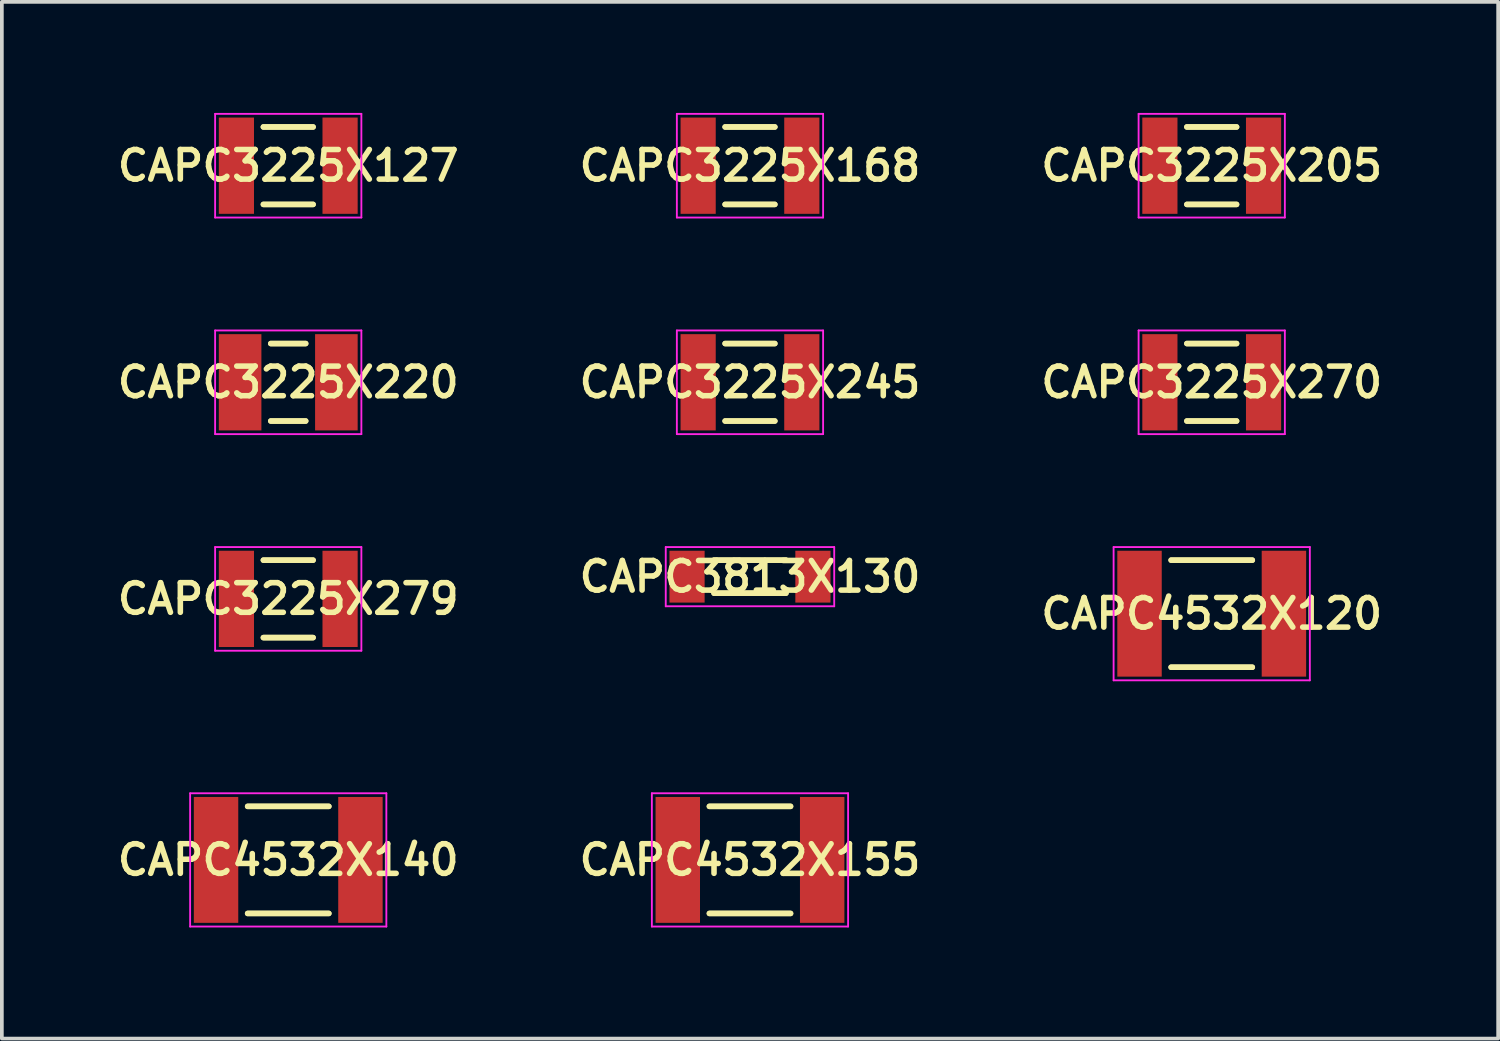
<source format=kicad_pcb>
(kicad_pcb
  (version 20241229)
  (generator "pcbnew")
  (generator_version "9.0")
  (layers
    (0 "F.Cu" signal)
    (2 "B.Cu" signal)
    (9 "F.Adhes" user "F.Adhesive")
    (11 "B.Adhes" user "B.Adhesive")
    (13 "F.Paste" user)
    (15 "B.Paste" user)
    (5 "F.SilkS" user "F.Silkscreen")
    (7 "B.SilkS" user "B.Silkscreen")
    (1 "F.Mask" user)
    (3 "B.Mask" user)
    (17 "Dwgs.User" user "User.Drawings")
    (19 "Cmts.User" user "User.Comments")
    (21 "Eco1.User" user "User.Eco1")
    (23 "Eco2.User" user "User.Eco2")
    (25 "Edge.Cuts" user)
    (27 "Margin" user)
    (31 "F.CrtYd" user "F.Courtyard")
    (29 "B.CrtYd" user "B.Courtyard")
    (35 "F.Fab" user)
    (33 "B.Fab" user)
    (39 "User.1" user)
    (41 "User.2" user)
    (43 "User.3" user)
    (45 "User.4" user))
  (footprint "CAPC3225X270"
    (layer "F.Cu")
    (at 29.677 7.275)
    (property "Reference" "CAPC3225X270" (at 0 0 0) (layer "F.SilkS") (effects (font (size 0.8 0.8) (thickness 0.15))))
    (attr smd)
    (fp_line (start -0.671 -1.046) (end 0.671 -1.046) (stroke (width 0.15) (type solid)) (layer "F.SilkS"))
    (fp_line (start -0.671 1.046) (end 0.671 1.046) (stroke (width 0.15) (type solid)) (layer "F.SilkS"))
    (fp_line (start 0.671 -1.046) (end -0.671 -1.046) (stroke (width 0.15) (type solid)) (layer "F.SilkS"))
    (fp_line (start 0.671 1.046) (end -0.671 1.046) (stroke (width 0.15) (type solid)) (layer "F.SilkS"))
    (fp_line (start -1.975 -1.4) (end 1.975 -1.4) (stroke (width 0.05) (type solid)) (layer "F.CrtYd"))
    (fp_line (start -1.975 1.4) (end -1.975 -1.4) (stroke (width 0.05) (type solid)) (layer "F.CrtYd"))
    (fp_line (start 1.975 -1.4) (end 1.975 1.4) (stroke (width 0.05) (type solid)) (layer "F.CrtYd"))
    (fp_line (start 1.975 1.4) (end -1.975 1.4) (stroke (width 0.05) (type solid)) (layer "F.CrtYd"))
    (pad "1" smd rect (at -1.4 0) (size 0.95 2.6) (layers "F.Cu" "F.Mask" "F.Paste"))
    (pad "2" smd rect (at 1.4 0) (size 0.95 2.6) (layers "F.Cu" "F.Mask" "F.Paste")))
  (footprint "CAPC4532X120"
    (layer "F.Cu")
    (at 29.677 13.525)
    (property "Reference" "CAPC4532X120" (at 0 0 0) (layer "F.SilkS") (effects (font (size 0.8 0.8) (thickness 0.15))))
    (attr smd)
    (fp_line (start -1.096 -1.446) (end 1.096 -1.446) (stroke (width 0.15) (type solid)) (layer "F.SilkS"))
    (fp_line (start -1.096 1.446) (end 1.096 1.446) (stroke (width 0.15) (type solid)) (layer "F.SilkS"))
    (fp_line (start 1.096 -1.446) (end -1.096 -1.446) (stroke (width 0.15) (type solid)) (layer "F.SilkS"))
    (fp_line (start 1.096 1.446) (end -1.096 1.446) (stroke (width 0.15) (type solid)) (layer "F.SilkS"))
    (fp_line (start -2.65 -1.8) (end 2.65 -1.8) (stroke (width 0.05) (type solid)) (layer "F.CrtYd"))
    (fp_line (start -2.65 1.8) (end -2.65 -1.8) (stroke (width 0.05) (type solid)) (layer "F.CrtYd"))
    (fp_line (start 2.65 -1.8) (end 2.65 1.8) (stroke (width 0.05) (type solid)) (layer "F.CrtYd"))
    (fp_line (start 2.65 1.8) (end -2.65 1.8) (stroke (width 0.05) (type solid)) (layer "F.CrtYd"))
    (pad "1" smd rect (at -1.95 0) (size 1.2 3.4) (layers "F.Cu" "F.Mask" "F.Paste"))
    (pad "2" smd rect (at 1.95 0) (size 1.2 3.4) (layers "F.Cu" "F.Mask" "F.Paste")))
  (footprint "CAPC4532X155"
    (layer "F.Cu")
    (at 17.206 20.175)
    (property "Reference" "CAPC4532X155" (at 0 0 0) (layer "F.SilkS") (effects (font (size 0.8 0.8) (thickness 0.15))))
    (attr smd)
    (fp_line (start -1.096 -1.446) (end 1.096 -1.446) (stroke (width 0.15) (type solid)) (layer "F.SilkS"))
    (fp_line (start -1.096 1.446) (end 1.096 1.446) (stroke (width 0.15) (type solid)) (layer "F.SilkS"))
    (fp_line (start 1.096 -1.446) (end -1.096 -1.446) (stroke (width 0.15) (type solid)) (layer "F.SilkS"))
    (fp_line (start 1.096 1.446) (end -1.096 1.446) (stroke (width 0.15) (type solid)) (layer "F.SilkS"))
    (fp_line (start -2.65 -1.8) (end 2.65 -1.8) (stroke (width 0.05) (type solid)) (layer "F.CrtYd"))
    (fp_line (start -2.65 1.8) (end -2.65 -1.8) (stroke (width 0.05) (type solid)) (layer "F.CrtYd"))
    (fp_line (start 2.65 -1.8) (end 2.65 1.8) (stroke (width 0.05) (type solid)) (layer "F.CrtYd"))
    (fp_line (start 2.65 1.8) (end -2.65 1.8) (stroke (width 0.05) (type solid)) (layer "F.CrtYd"))
    (pad "1" smd rect (at -1.95 0) (size 1.2 3.4) (layers "F.Cu" "F.Mask" "F.Paste"))
    (pad "2" smd rect (at 1.95 0) (size 1.2 3.4) (layers "F.Cu" "F.Mask" "F.Paste")))
  (footprint "CAPC4532X140"
    (layer "F.Cu")
    (at 4.735 20.175)
    (property "Reference" "CAPC4532X140" (at 0 0 0) (layer "F.SilkS") (effects (font (size 0.8 0.8) (thickness 0.15))))
    (attr smd)
    (fp_line (start -1.096 -1.446) (end 1.096 -1.446) (stroke (width 0.15) (type solid)) (layer "F.SilkS"))
    (fp_line (start -1.096 1.446) (end 1.096 1.446) (stroke (width 0.15) (type solid)) (layer "F.SilkS"))
    (fp_line (start 1.096 -1.446) (end -1.096 -1.446) (stroke (width 0.15) (type solid)) (layer "F.SilkS"))
    (fp_line (start 1.096 1.446) (end -1.096 1.446) (stroke (width 0.15) (type solid)) (layer "F.SilkS"))
    (fp_line (start -2.65 -1.8) (end 2.65 -1.8) (stroke (width 0.05) (type solid)) (layer "F.CrtYd"))
    (fp_line (start -2.65 1.8) (end -2.65 -1.8) (stroke (width 0.05) (type solid)) (layer "F.CrtYd"))
    (fp_line (start 2.65 -1.8) (end 2.65 1.8) (stroke (width 0.05) (type solid)) (layer "F.CrtYd"))
    (fp_line (start 2.65 1.8) (end -2.65 1.8) (stroke (width 0.05) (type solid)) (layer "F.CrtYd"))
    (pad "1" smd rect (at -1.95 0) (size 1.2 3.4) (layers "F.Cu" "F.Mask" "F.Paste"))
    (pad "2" smd rect (at 1.95 0) (size 1.2 3.4) (layers "F.Cu" "F.Mask" "F.Paste")))
  (footprint "CAPC3813X130"
    (layer "F.Cu")
    (at 17.206 12.525)
    (property "Reference" "CAPC3813X130" (at 0 0 0) (layer "F.SilkS") (effects (font (size 0.8 0.8) (thickness 0.15))))
    (attr smd)
    (fp_line (start -0.971 -0.446) (end 0.971 -0.446) (stroke (width 0.15) (type solid)) (layer "F.SilkS"))
    (fp_line (start -0.971 0.446) (end 0.971 0.446) (stroke (width 0.15) (type solid)) (layer "F.SilkS"))
    (fp_line (start 0.971 -0.446) (end -0.971 -0.446) (stroke (width 0.15) (type solid)) (layer "F.SilkS"))
    (fp_line (start 0.971 0.446) (end -0.971 0.446) (stroke (width 0.15) (type solid)) (layer "F.SilkS"))
    (fp_line (start -2.275 -0.8) (end 2.275 -0.8) (stroke (width 0.05) (type solid)) (layer "F.CrtYd"))
    (fp_line (start -2.275 0.8) (end -2.275 -0.8) (stroke (width 0.05) (type solid)) (layer "F.CrtYd"))
    (fp_line (start 2.275 -0.8) (end 2.275 0.8) (stroke (width 0.05) (type solid)) (layer "F.CrtYd"))
    (fp_line (start 2.275 0.8) (end -2.275 0.8) (stroke (width 0.05) (type solid)) (layer "F.CrtYd"))
    (pad "1" smd rect (at -1.7 0) (size 0.95 1.4) (layers "F.Cu" "F.Mask" "F.Paste"))
    (pad "2" smd rect (at 1.7 0) (size 0.95 1.4) (layers "F.Cu" "F.Mask" "F.Paste")))
  (footprint "CAPC3225X205"
    (layer "F.Cu")
    (at 29.677 1.425)
    (property "Reference" "CAPC3225X205" (at 0 0 0) (layer "F.SilkS") (effects (font (size 0.8 0.8) (thickness 0.15))))
    (attr smd)
    (fp_line (start -0.671 -1.046) (end 0.671 -1.046) (stroke (width 0.15) (type solid)) (layer "F.SilkS"))
    (fp_line (start -0.671 1.046) (end 0.671 1.046) (stroke (width 0.15) (type solid)) (layer "F.SilkS"))
    (fp_line (start 0.671 -1.046) (end -0.671 -1.046) (stroke (width 0.15) (type solid)) (layer "F.SilkS"))
    (fp_line (start 0.671 1.046) (end -0.671 1.046) (stroke (width 0.15) (type solid)) (layer "F.SilkS"))
    (fp_line (start -1.975 -1.4) (end 1.975 -1.4) (stroke (width 0.05) (type solid)) (layer "F.CrtYd"))
    (fp_line (start -1.975 1.4) (end -1.975 -1.4) (stroke (width 0.05) (type solid)) (layer "F.CrtYd"))
    (fp_line (start 1.975 -1.4) (end 1.975 1.4) (stroke (width 0.05) (type solid)) (layer "F.CrtYd"))
    (fp_line (start 1.975 1.4) (end -1.975 1.4) (stroke (width 0.05) (type solid)) (layer "F.CrtYd"))
    (pad "1" smd rect (at -1.4 0) (size 0.95 2.6) (layers "F.Cu" "F.Mask" "F.Paste"))
    (pad "2" smd rect (at 1.4 0) (size 0.95 2.6) (layers "F.Cu" "F.Mask" "F.Paste")))
  (footprint "CAPC3225X220"
    (layer "F.Cu")
    (at 4.735 7.275)
    (property "Reference" "CAPC3225X220" (at 0 0 0) (layer "F.SilkS") (effects (font (size 0.8 0.8) (thickness 0.15))))
    (attr smd)
    (fp_line (start -0.471 -1.046) (end 0.471 -1.046) (stroke (width 0.15) (type solid)) (layer "F.SilkS"))
    (fp_line (start -0.471 1.046) (end 0.471 1.046) (stroke (width 0.15) (type solid)) (layer "F.SilkS"))
    (fp_line (start 0.471 -1.046) (end -0.471 -1.046) (stroke (width 0.15) (type solid)) (layer "F.SilkS"))
    (fp_line (start 0.471 1.046) (end -0.471 1.046) (stroke (width 0.15) (type solid)) (layer "F.SilkS"))
    (fp_line (start -1.975 -1.4) (end 1.975 -1.4) (stroke (width 0.05) (type solid)) (layer "F.CrtYd"))
    (fp_line (start -1.975 1.4) (end -1.975 -1.4) (stroke (width 0.05) (type solid)) (layer "F.CrtYd"))
    (fp_line (start 1.975 -1.4) (end 1.975 1.4) (stroke (width 0.05) (type solid)) (layer "F.CrtYd"))
    (fp_line (start 1.975 1.4) (end -1.975 1.4) (stroke (width 0.05) (type solid)) (layer "F.CrtYd"))
    (pad "1" smd rect (at -1.3 0) (size 1.15 2.6) (layers "F.Cu" "F.Mask" "F.Paste"))
    (pad "2" smd rect (at 1.3 0) (size 1.15 2.6) (layers "F.Cu" "F.Mask" "F.Paste")))
  (footprint "CAPC3225X279"
    (layer "F.Cu")
    (at 4.735 13.125)
    (property "Reference" "CAPC3225X279" (at 0 0 0) (layer "F.SilkS") (effects (font (size 0.8 0.8) (thickness 0.15))))
    (attr smd)
    (fp_line (start -0.671 -1.046) (end 0.671 -1.046) (stroke (width 0.15) (type solid)) (layer "F.SilkS"))
    (fp_line (start -0.671 1.046) (end 0.671 1.046) (stroke (width 0.15) (type solid)) (layer "F.SilkS"))
    (fp_line (start 0.671 -1.046) (end -0.671 -1.046) (stroke (width 0.15) (type solid)) (layer "F.SilkS"))
    (fp_line (start 0.671 1.046) (end -0.671 1.046) (stroke (width 0.15) (type solid)) (layer "F.SilkS"))
    (fp_line (start -1.975 -1.4) (end 1.975 -1.4) (stroke (width 0.05) (type solid)) (layer "F.CrtYd"))
    (fp_line (start -1.975 1.4) (end -1.975 -1.4) (stroke (width 0.05) (type solid)) (layer "F.CrtYd"))
    (fp_line (start 1.975 -1.4) (end 1.975 1.4) (stroke (width 0.05) (type solid)) (layer "F.CrtYd"))
    (fp_line (start 1.975 1.4) (end -1.975 1.4) (stroke (width 0.05) (type solid)) (layer "F.CrtYd"))
    (pad "1" smd rect (at -1.4 0) (size 0.95 2.6) (layers "F.Cu" "F.Mask" "F.Paste"))
    (pad "2" smd rect (at 1.4 0) (size 0.95 2.6) (layers "F.Cu" "F.Mask" "F.Paste")))
  (footprint "CAPC3225X127"
    (layer "F.Cu")
    (at 4.735 1.425)
    (property "Reference" "CAPC3225X127" (at 0 0 0) (layer "F.SilkS") (effects (font (size 0.8 0.8) (thickness 0.15))))
    (attr smd)
    (fp_line (start -0.671 -1.046) (end 0.671 -1.046) (stroke (width 0.15) (type solid)) (layer "F.SilkS"))
    (fp_line (start -0.671 1.046) (end 0.671 1.046) (stroke (width 0.15) (type solid)) (layer "F.SilkS"))
    (fp_line (start 0.671 -1.046) (end -0.671 -1.046) (stroke (width 0.15) (type solid)) (layer "F.SilkS"))
    (fp_line (start 0.671 1.046) (end -0.671 1.046) (stroke (width 0.15) (type solid)) (layer "F.SilkS"))
    (fp_line (start -1.975 -1.4) (end 1.975 -1.4) (stroke (width 0.05) (type solid)) (layer "F.CrtYd"))
    (fp_line (start -1.975 1.4) (end -1.975 -1.4) (stroke (width 0.05) (type solid)) (layer "F.CrtYd"))
    (fp_line (start 1.975 -1.4) (end 1.975 1.4) (stroke (width 0.05) (type solid)) (layer "F.CrtYd"))
    (fp_line (start 1.975 1.4) (end -1.975 1.4) (stroke (width 0.05) (type solid)) (layer "F.CrtYd"))
    (pad "1" smd rect (at -1.4 0) (size 0.95 2.6) (layers "F.Cu" "F.Mask" "F.Paste"))
    (pad "2" smd rect (at 1.4 0) (size 0.95 2.6) (layers "F.Cu" "F.Mask" "F.Paste")))
  (footprint "CAPC3225X168"
    (layer "F.Cu")
    (at 17.206 1.425)
    (property "Reference" "CAPC3225X168" (at 0 0 0) (layer "F.SilkS") (effects (font (size 0.8 0.8) (thickness 0.15))))
    (attr smd)
    (fp_line (start -0.671 -1.046) (end 0.671 -1.046) (stroke (width 0.15) (type solid)) (layer "F.SilkS"))
    (fp_line (start -0.671 1.046) (end 0.671 1.046) (stroke (width 0.15) (type solid)) (layer "F.SilkS"))
    (fp_line (start 0.671 -1.046) (end -0.671 -1.046) (stroke (width 0.15) (type solid)) (layer "F.SilkS"))
    (fp_line (start 0.671 1.046) (end -0.671 1.046) (stroke (width 0.15) (type solid)) (layer "F.SilkS"))
    (fp_line (start -1.975 -1.4) (end 1.975 -1.4) (stroke (width 0.05) (type solid)) (layer "F.CrtYd"))
    (fp_line (start -1.975 1.4) (end -1.975 -1.4) (stroke (width 0.05) (type solid)) (layer "F.CrtYd"))
    (fp_line (start 1.975 -1.4) (end 1.975 1.4) (stroke (width 0.05) (type solid)) (layer "F.CrtYd"))
    (fp_line (start 1.975 1.4) (end -1.975 1.4) (stroke (width 0.05) (type solid)) (layer "F.CrtYd"))
    (pad "1" smd rect (at -1.4 0) (size 0.95 2.6) (layers "F.Cu" "F.Mask" "F.Paste"))
    (pad "2" smd rect (at 1.4 0) (size 0.95 2.6) (layers "F.Cu" "F.Mask" "F.Paste")))
  (footprint "CAPC3225X245"
    (layer "F.Cu")
    (at 17.206 7.275)
    (property "Reference" "CAPC3225X245" (at 0 0 0) (layer "F.SilkS") (effects (font (size 0.8 0.8) (thickness 0.15))))
    (attr smd)
    (fp_line (start -0.671 -1.046) (end 0.671 -1.046) (stroke (width 0.15) (type solid)) (layer "F.SilkS"))
    (fp_line (start -0.671 1.046) (end 0.671 1.046) (stroke (width 0.15) (type solid)) (layer "F.SilkS"))
    (fp_line (start 0.671 -1.046) (end -0.671 -1.046) (stroke (width 0.15) (type solid)) (layer "F.SilkS"))
    (fp_line (start 0.671 1.046) (end -0.671 1.046) (stroke (width 0.15) (type solid)) (layer "F.SilkS"))
    (fp_line (start -1.975 -1.4) (end 1.975 -1.4) (stroke (width 0.05) (type solid)) (layer "F.CrtYd"))
    (fp_line (start -1.975 1.4) (end -1.975 -1.4) (stroke (width 0.05) (type solid)) (layer "F.CrtYd"))
    (fp_line (start 1.975 -1.4) (end 1.975 1.4) (stroke (width 0.05) (type solid)) (layer "F.CrtYd"))
    (fp_line (start 1.975 1.4) (end -1.975 1.4) (stroke (width 0.05) (type solid)) (layer "F.CrtYd"))
    (pad "1" smd rect (at -1.4 0) (size 0.95 2.6) (layers "F.Cu" "F.Mask" "F.Paste"))
    (pad "2" smd rect (at 1.4 0) (size 0.95 2.6) (layers "F.Cu" "F.Mask" "F.Paste")))
  (gr_rect
    (start -3 -3)
    (end 37.413 25)
    (stroke (width 0.1) (type default))
    (fill no)
    (layer "Edge.Cuts")))
</source>
